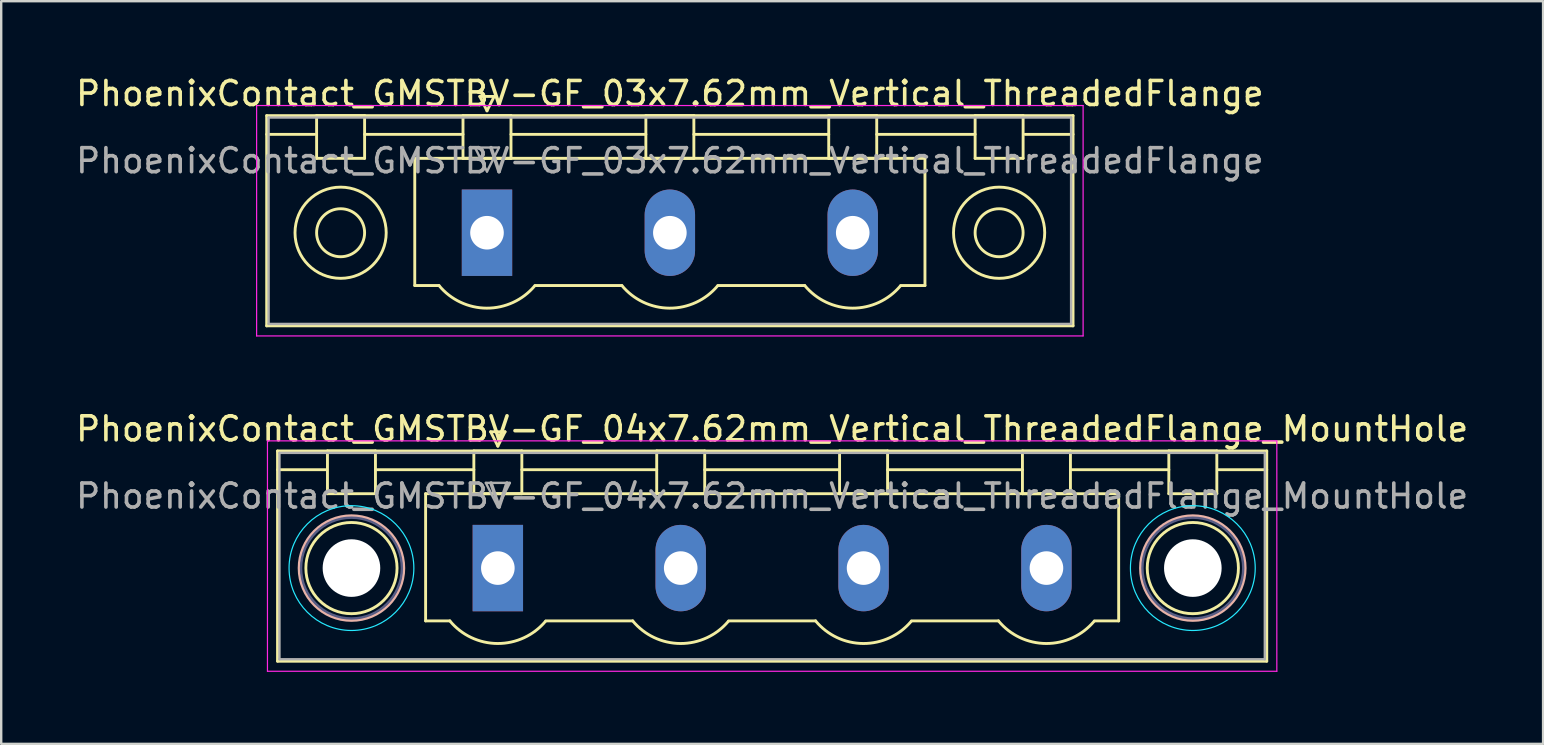
<source format=kicad_pcb>
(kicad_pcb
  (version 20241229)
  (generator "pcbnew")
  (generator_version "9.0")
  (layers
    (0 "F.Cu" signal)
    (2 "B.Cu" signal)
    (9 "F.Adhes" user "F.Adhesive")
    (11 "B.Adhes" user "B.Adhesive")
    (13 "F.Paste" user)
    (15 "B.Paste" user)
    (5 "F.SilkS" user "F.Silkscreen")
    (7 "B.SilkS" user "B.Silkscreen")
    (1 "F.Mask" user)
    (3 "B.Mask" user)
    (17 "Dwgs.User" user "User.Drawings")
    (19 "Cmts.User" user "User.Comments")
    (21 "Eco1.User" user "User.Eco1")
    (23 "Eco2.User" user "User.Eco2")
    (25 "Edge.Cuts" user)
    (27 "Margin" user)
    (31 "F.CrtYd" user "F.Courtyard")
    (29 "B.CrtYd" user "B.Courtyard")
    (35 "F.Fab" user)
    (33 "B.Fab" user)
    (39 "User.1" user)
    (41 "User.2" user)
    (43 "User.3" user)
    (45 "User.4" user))
  (footprint "PhoenixContact_GMSTBV-GF_03x7.62mm_Vertical_ThreadedFlange"
    (layer "F.Cu")
    (at 17.243 6.648)
    (property "Reference" "PhoenixContact_GMSTBV-GF_03x7.62mm_Vertical_ThreadedFlange" (at 7.62 -5.8 0) (layer "F.SilkS") (effects (font (size 1 1) (thickness 0.15))))
    (attr through_hole)
    (fp_line (start -9.18 -4.88) (end -9.18 3.88) (stroke (width 0.12) (type solid)) (layer "F.SilkS"))
    (fp_line (start -9.18 -4.1) (end -7.18 -4.1) (stroke (width 0.12) (type solid)) (layer "F.SilkS"))
    (fp_line (start -9.18 3.88) (end 24.42 3.88) (stroke (width 0.12) (type solid)) (layer "F.SilkS"))
    (fp_line (start -7.1 -4.88) (end -5.1 -4.88) (stroke (width 0.12) (type solid)) (layer "F.SilkS"))
    (fp_line (start -7.1 -3.1) (end -7.1 -4.88) (stroke (width 0.12) (type solid)) (layer "F.SilkS"))
    (fp_line (start -5.1 -4.88) (end -5.1 -3.1) (stroke (width 0.12) (type solid)) (layer "F.SilkS"))
    (fp_line (start -5.1 -4.1) (end -1 -4.1) (stroke (width 0.12) (type solid)) (layer "F.SilkS"))
    (fp_line (start -5.1 -3.1) (end -7.1 -3.1) (stroke (width 0.12) (type solid)) (layer "F.SilkS"))
    (fp_line (start -3.01 -3.1) (end 18.25 -3.1) (stroke (width 0.12) (type solid)) (layer "F.SilkS"))
    (fp_line (start -3.01 2.2) (end -3.01 -3.1) (stroke (width 0.12) (type solid)) (layer "F.SilkS"))
    (fp_line (start -2 2.2) (end -3.01 2.2) (stroke (width 0.12) (type solid)) (layer "F.SilkS"))
    (fp_line (start -1 -4.88) (end 1 -4.88) (stroke (width 0.12) (type solid)) (layer "F.SilkS"))
    (fp_line (start -1 -3.1) (end -1 -4.88) (stroke (width 0.12) (type solid)) (layer "F.SilkS"))
    (fp_line (start -0.3 -5.68) (end 0.3 -5.68) (stroke (width 0.12) (type solid)) (layer "F.SilkS"))
    (fp_line (start 0 -5.08) (end -0.3 -5.68) (stroke (width 0.12) (type solid)) (layer "F.SilkS"))
    (fp_line (start 0.3 -5.68) (end 0 -5.08) (stroke (width 0.12) (type solid)) (layer "F.SilkS"))
    (fp_line (start 1 -4.88) (end 1 -3.1) (stroke (width 0.12) (type solid)) (layer "F.SilkS"))
    (fp_line (start 1 -4.1) (end 6.62 -4.1) (stroke (width 0.12) (type solid)) (layer "F.SilkS"))
    (fp_line (start 1 -3.1) (end -1 -3.1) (stroke (width 0.12) (type solid)) (layer "F.SilkS"))
    (fp_line (start 2 2.2) (end 5.62 2.2) (stroke (width 0.12) (type solid)) (layer "F.SilkS"))
    (fp_line (start 6.62 -4.88) (end 8.62 -4.88) (stroke (width 0.12) (type solid)) (layer "F.SilkS"))
    (fp_line (start 6.62 -3.1) (end 6.62 -4.88) (stroke (width 0.12) (type solid)) (layer "F.SilkS"))
    (fp_line (start 8.62 -4.88) (end 8.62 -3.1) (stroke (width 0.12) (type solid)) (layer "F.SilkS"))
    (fp_line (start 8.62 -4.1) (end 14.24 -4.1) (stroke (width 0.12) (type solid)) (layer "F.SilkS"))
    (fp_line (start 8.62 -3.1) (end 6.62 -3.1) (stroke (width 0.12) (type solid)) (layer "F.SilkS"))
    (fp_line (start 9.62 2.2) (end 13.24 2.2) (stroke (width 0.12) (type solid)) (layer "F.SilkS"))
    (fp_line (start 14.24 -4.88) (end 16.24 -4.88) (stroke (width 0.12) (type solid)) (layer "F.SilkS"))
    (fp_line (start 14.24 -3.1) (end 14.24 -4.88) (stroke (width 0.12) (type solid)) (layer "F.SilkS"))
    (fp_line (start 16.24 -4.88) (end 16.24 -3.1) (stroke (width 0.12) (type solid)) (layer "F.SilkS"))
    (fp_line (start 16.24 -4.1) (end 20.34 -4.1) (stroke (width 0.12) (type solid)) (layer "F.SilkS"))
    (fp_line (start 16.24 -3.1) (end 14.24 -3.1) (stroke (width 0.12) (type solid)) (layer "F.SilkS"))
    (fp_line (start 18.25 -3.1) (end 18.25 2.2) (stroke (width 0.12) (type solid)) (layer "F.SilkS"))
    (fp_line (start 18.25 2.2) (end 17.24 2.2) (stroke (width 0.12) (type solid)) (layer "F.SilkS"))
    (fp_line (start 20.34 -4.88) (end 22.34 -4.88) (stroke (width 0.12) (type solid)) (layer "F.SilkS"))
    (fp_line (start 20.34 -3.1) (end 20.34 -4.88) (stroke (width 0.12) (type solid)) (layer "F.SilkS"))
    (fp_line (start 22.34 -4.88) (end 22.34 -3.1) (stroke (width 0.12) (type solid)) (layer "F.SilkS"))
    (fp_line (start 22.34 -3.1) (end 20.34 -3.1) (stroke (width 0.12) (type solid)) (layer "F.SilkS"))
    (fp_line (start 24.42 -4.88) (end -9.18 -4.88) (stroke (width 0.12) (type solid)) (layer "F.SilkS"))
    (fp_line (start 24.42 -4.1) (end 22.42 -4.1) (stroke (width 0.12) (type solid)) (layer "F.SilkS"))
    (fp_line (start 24.42 3.88) (end 24.42 -4.88) (stroke (width 0.12) (type solid)) (layer "F.SilkS"))
    (fp_arc (start 1.986842 2.215821) (mid -0.010289 3.142758) (end -2 2.2) (stroke (width 0.12) (type solid)) (layer "F.SilkS"))
    (fp_arc (start 9.606842 2.215821) (mid 7.609711 3.142758) (end 5.62 2.2) (stroke (width 0.12) (type solid)) (layer "F.SilkS"))
    (fp_arc (start 17.226842 2.215821) (mid 15.229711 3.142758) (end 13.24 2.2) (stroke (width 0.12) (type solid)) (layer "F.SilkS"))
    (fp_circle (center -6.1 0) (end -5.1 0) (stroke (width 0.12) (type solid)) (fill no) (layer "F.SilkS"))
    (fp_circle (center -6.1 0) (end -4.2 0) (stroke (width 0.12) (type solid)) (fill no) (layer "F.SilkS"))
    (fp_circle (center 21.34 0) (end 22.34 0) (stroke (width 0.12) (type solid)) (fill no) (layer "F.SilkS"))
    (fp_circle (center 21.34 0) (end 23.24 0) (stroke (width 0.12) (type solid)) (fill no) (layer "F.SilkS"))
    (fp_line (start -9.6 -5.3) (end -9.6 4.3) (stroke (width 0.05) (type solid)) (layer "F.CrtYd"))
    (fp_line (start -9.6 4.3) (end 24.84 4.3) (stroke (width 0.05) (type solid)) (layer "F.CrtYd"))
    (fp_line (start 24.84 -5.3) (end -9.6 -5.3) (stroke (width 0.05) (type solid)) (layer "F.CrtYd"))
    (fp_line (start 24.84 4.3) (end 24.84 -5.3) (stroke (width 0.05) (type solid)) (layer "F.CrtYd"))
    (fp_line (start -9.1 -4.8) (end -9.1 3.8) (stroke (width 0.1) (type solid)) (layer "F.Fab"))
    (fp_line (start -9.1 3.8) (end 24.34 3.8) (stroke (width 0.1) (type solid)) (layer "F.Fab"))
    (fp_line (start -0.5 -3.55) (end 0.5 -3.55) (stroke (width 0.1) (type solid)) (layer "F.Fab"))
    (fp_line (start 0 -2.55) (end -0.5 -3.55) (stroke (width 0.1) (type solid)) (layer "F.Fab"))
    (fp_line (start 0.5 -3.55) (end 0 -2.55) (stroke (width 0.1) (type solid)) (layer "F.Fab"))
    (fp_line (start 24.34 -4.8) (end -9.1 -4.8) (stroke (width 0.1) (type solid)) (layer "F.Fab"))
    (fp_line (start 24.34 3.8) (end 24.34 -4.8) (stroke (width 0.1) (type solid)) (layer "F.Fab"))
    (fp_text user "${REFERENCE}" (at 7.62 -3 0) (layer "F.Fab") (effects (font (size 1 1) (thickness 0.15))))
    (pad "1" thru_hole rect (at 0 0) (size 2.1 3.6) (drill 1.4) (layers "*.Cu" "*.Mask"))
    (pad "2" thru_hole oval (at 7.62 0) (size 2.1 3.6) (drill 1.4) (layers "*.Cu" "*.Mask"))
    (pad "3" thru_hole oval (at 15.24 0) (size 2.1 3.6) (drill 1.4) (layers "*.Cu" "*.Mask")))
  (footprint "PhoenixContact_GMSTBV-GF_04x7.62mm_Vertical_ThreadedFlange_MountHole"
    (layer "F.Cu")
    (at 17.695 20.622)
    (property "Reference" "PhoenixContact_GMSTBV-GF_04x7.62mm_Vertical_ThreadedFlange_MountHole" (at 11.43 -5.8 0) (layer "F.SilkS") (effects (font (size 1 1) (thickness 0.15))))
    (attr through_hole)
    (fp_line (start -9.18 -4.88) (end -9.18 3.88) (stroke (width 0.12) (type solid)) (layer "F.SilkS"))
    (fp_line (start -9.18 -4.1) (end -7.18 -4.1) (stroke (width 0.12) (type solid)) (layer "F.SilkS"))
    (fp_line (start -9.18 3.88) (end 32.04 3.88) (stroke (width 0.12) (type solid)) (layer "F.SilkS"))
    (fp_line (start -7.1 -4.88) (end -5.1 -4.88) (stroke (width 0.12) (type solid)) (layer "F.SilkS"))
    (fp_line (start -7.1 -3.1) (end -7.1 -4.88) (stroke (width 0.12) (type solid)) (layer "F.SilkS"))
    (fp_line (start -5.1 -4.88) (end -5.1 -3.1) (stroke (width 0.12) (type solid)) (layer "F.SilkS"))
    (fp_line (start -5.1 -4.1) (end -1 -4.1) (stroke (width 0.12) (type solid)) (layer "F.SilkS"))
    (fp_line (start -5.1 -3.1) (end -7.1 -3.1) (stroke (width 0.12) (type solid)) (layer "F.SilkS"))
    (fp_line (start -3.01 -3.1) (end 25.87 -3.1) (stroke (width 0.12) (type solid)) (layer "F.SilkS"))
    (fp_line (start -3.01 2.2) (end -3.01 -3.1) (stroke (width 0.12) (type solid)) (layer "F.SilkS"))
    (fp_line (start -2 2.2) (end -3.01 2.2) (stroke (width 0.12) (type solid)) (layer "F.SilkS"))
    (fp_line (start -1 -4.88) (end 1 -4.88) (stroke (width 0.12) (type solid)) (layer "F.SilkS"))
    (fp_line (start -1 -3.1) (end -1 -4.88) (stroke (width 0.12) (type solid)) (layer "F.SilkS"))
    (fp_line (start -0.3 -5.68) (end 0.3 -5.68) (stroke (width 0.12) (type solid)) (layer "F.SilkS"))
    (fp_line (start 0 -5.08) (end -0.3 -5.68) (stroke (width 0.12) (type solid)) (layer "F.SilkS"))
    (fp_line (start 0.3 -5.68) (end 0 -5.08) (stroke (width 0.12) (type solid)) (layer "F.SilkS"))
    (fp_line (start 1 -4.88) (end 1 -3.1) (stroke (width 0.12) (type solid)) (layer "F.SilkS"))
    (fp_line (start 1 -4.1) (end 6.62 -4.1) (stroke (width 0.12) (type solid)) (layer "F.SilkS"))
    (fp_line (start 1 -3.1) (end -1 -3.1) (stroke (width 0.12) (type solid)) (layer "F.SilkS"))
    (fp_line (start 2 2.2) (end 5.62 2.2) (stroke (width 0.12) (type solid)) (layer "F.SilkS"))
    (fp_line (start 6.62 -4.88) (end 8.62 -4.88) (stroke (width 0.12) (type solid)) (layer "F.SilkS"))
    (fp_line (start 6.62 -3.1) (end 6.62 -4.88) (stroke (width 0.12) (type solid)) (layer "F.SilkS"))
    (fp_line (start 8.62 -4.88) (end 8.62 -3.1) (stroke (width 0.12) (type solid)) (layer "F.SilkS"))
    (fp_line (start 8.62 -4.1) (end 14.24 -4.1) (stroke (width 0.12) (type solid)) (layer "F.SilkS"))
    (fp_line (start 8.62 -3.1) (end 6.62 -3.1) (stroke (width 0.12) (type solid)) (layer "F.SilkS"))
    (fp_line (start 9.62 2.2) (end 13.24 2.2) (stroke (width 0.12) (type solid)) (layer "F.SilkS"))
    (fp_line (start 14.24 -4.88) (end 16.24 -4.88) (stroke (width 0.12) (type solid)) (layer "F.SilkS"))
    (fp_line (start 14.24 -3.1) (end 14.24 -4.88) (stroke (width 0.12) (type solid)) (layer "F.SilkS"))
    (fp_line (start 16.24 -4.88) (end 16.24 -3.1) (stroke (width 0.12) (type solid)) (layer "F.SilkS"))
    (fp_line (start 16.24 -4.1) (end 21.86 -4.1) (stroke (width 0.12) (type solid)) (layer "F.SilkS"))
    (fp_line (start 16.24 -3.1) (end 14.24 -3.1) (stroke (width 0.12) (type solid)) (layer "F.SilkS"))
    (fp_line (start 17.24 2.2) (end 20.86 2.2) (stroke (width 0.12) (type solid)) (layer "F.SilkS"))
    (fp_line (start 21.86 -4.88) (end 23.86 -4.88) (stroke (width 0.12) (type solid)) (layer "F.SilkS"))
    (fp_line (start 21.86 -3.1) (end 21.86 -4.88) (stroke (width 0.12) (type solid)) (layer "F.SilkS"))
    (fp_line (start 23.86 -4.88) (end 23.86 -3.1) (stroke (width 0.12) (type solid)) (layer "F.SilkS"))
    (fp_line (start 23.86 -4.1) (end 27.96 -4.1) (stroke (width 0.12) (type solid)) (layer "F.SilkS"))
    (fp_line (start 23.86 -3.1) (end 21.86 -3.1) (stroke (width 0.12) (type solid)) (layer "F.SilkS"))
    (fp_line (start 25.87 -3.1) (end 25.87 2.2) (stroke (width 0.12) (type solid)) (layer "F.SilkS"))
    (fp_line (start 25.87 2.2) (end 24.86 2.2) (stroke (width 0.12) (type solid)) (layer "F.SilkS"))
    (fp_line (start 27.96 -4.88) (end 29.96 -4.88) (stroke (width 0.12) (type solid)) (layer "F.SilkS"))
    (fp_line (start 27.96 -3.1) (end 27.96 -4.88) (stroke (width 0.12) (type solid)) (layer "F.SilkS"))
    (fp_line (start 29.96 -4.88) (end 29.96 -3.1) (stroke (width 0.12) (type solid)) (layer "F.SilkS"))
    (fp_line (start 29.96 -3.1) (end 27.96 -3.1) (stroke (width 0.12) (type solid)) (layer "F.SilkS"))
    (fp_line (start 32.04 -4.88) (end -9.18 -4.88) (stroke (width 0.12) (type solid)) (layer "F.SilkS"))
    (fp_line (start 32.04 -4.1) (end 30.04 -4.1) (stroke (width 0.12) (type solid)) (layer "F.SilkS"))
    (fp_line (start 32.04 3.88) (end 32.04 -4.88) (stroke (width 0.12) (type solid)) (layer "F.SilkS"))
    (fp_arc (start 1.986842 2.215821) (mid -0.010289 3.142758) (end -2 2.2) (stroke (width 0.12) (type solid)) (layer "F.SilkS"))
    (fp_arc (start 9.606842 2.215821) (mid 7.609711 3.142758) (end 5.62 2.2) (stroke (width 0.12) (type solid)) (layer "F.SilkS"))
    (fp_arc (start 17.226842 2.215821) (mid 15.229711 3.142758) (end 13.24 2.2) (stroke (width 0.12) (type solid)) (layer "F.SilkS"))
    (fp_arc (start 24.846842 2.215821) (mid 22.849711 3.142758) (end 20.86 2.2) (stroke (width 0.12) (type solid)) (layer "F.SilkS"))
    (fp_circle (center -6.1 0) (end -4.2 0) (stroke (width 0.12) (type solid)) (fill no) (layer "F.SilkS"))
    (fp_circle (center 28.96 0) (end 30.86 0) (stroke (width 0.12) (type solid)) (fill no) (layer "F.SilkS"))
    (fp_circle (center -6.1 0) (end -3.92 0) (stroke (width 0.12) (type solid)) (fill no) (layer "B.SilkS"))
    (fp_circle (center 28.96 0) (end 31.14 0) (stroke (width 0.12) (type solid)) (fill no) (layer "B.SilkS"))
    (fp_circle (center -6.1 0) (end -3.5 0) (stroke (width 0.05) (type solid)) (fill no) (layer "B.CrtYd"))
    (fp_circle (center 28.96 0) (end 31.56 0) (stroke (width 0.05) (type solid)) (fill no) (layer "B.CrtYd"))
    (fp_line (start -9.6 -5.3) (end -9.6 4.3) (stroke (width 0.05) (type solid)) (layer "F.CrtYd"))
    (fp_line (start -9.6 4.3) (end 32.46 4.3) (stroke (width 0.05) (type solid)) (layer "F.CrtYd"))
    (fp_line (start 32.46 -5.3) (end -9.6 -5.3) (stroke (width 0.05) (type solid)) (layer "F.CrtYd"))
    (fp_line (start 32.46 4.3) (end 32.46 -5.3) (stroke (width 0.05) (type solid)) (layer "F.CrtYd"))
    (fp_circle (center -6.1 0) (end -4 0) (stroke (width 0.1) (type solid)) (fill no) (layer "B.Fab"))
    (fp_circle (center 28.96 0) (end 31.06 0) (stroke (width 0.1) (type solid)) (fill no) (layer "B.Fab"))
    (fp_line (start -9.1 -4.8) (end -9.1 3.8) (stroke (width 0.1) (type solid)) (layer "F.Fab"))
    (fp_line (start -9.1 3.8) (end 31.96 3.8) (stroke (width 0.1) (type solid)) (layer "F.Fab"))
    (fp_line (start -0.5 -3.55) (end 0.5 -3.55) (stroke (width 0.1) (type solid)) (layer "F.Fab"))
    (fp_line (start 0 -2.55) (end -0.5 -3.55) (stroke (width 0.1) (type solid)) (layer "F.Fab"))
    (fp_line (start 0.5 -3.55) (end 0 -2.55) (stroke (width 0.1) (type solid)) (layer "F.Fab"))
    (fp_line (start 31.96 -4.8) (end -9.1 -4.8) (stroke (width 0.1) (type solid)) (layer "F.Fab"))
    (fp_line (start 31.96 3.8) (end 31.96 -4.8) (stroke (width 0.1) (type solid)) (layer "F.Fab"))
    (fp_text user "${REFERENCE}" (at 11.43 -3 0) (layer "F.Fab") (effects (font (size 1 1) (thickness 0.15))))
    (pad "" np_thru_hole circle (at -6.1 0) (size 2.4 2.4) (drill 2.4) (layers "*.Cu" "*.Mask"))
    (pad "" np_thru_hole circle (at 28.96 0) (size 2.4 2.4) (drill 2.4) (layers "*.Cu" "*.Mask"))
    (pad "1" thru_hole rect (at 0 0) (size 2.1 3.6) (drill 1.4) (layers "*.Cu" "*.Mask"))
    (pad "2" thru_hole oval (at 7.62 0) (size 2.1 3.6) (drill 1.4) (layers "*.Cu" "*.Mask"))
    (pad "3" thru_hole oval (at 15.24 0) (size 2.1 3.6) (drill 1.4) (layers "*.Cu" "*.Mask"))
    (pad "4" thru_hole oval (at 22.86 0) (size 2.1 3.6) (drill 1.4) (layers "*.Cu" "*.Mask")))
  (gr_rect
    (start -3 -3)
    (end 61.25 27.947)
    (stroke (width 0.1) (type default))
    (fill no)
    (layer "Edge.Cuts")))
</source>
